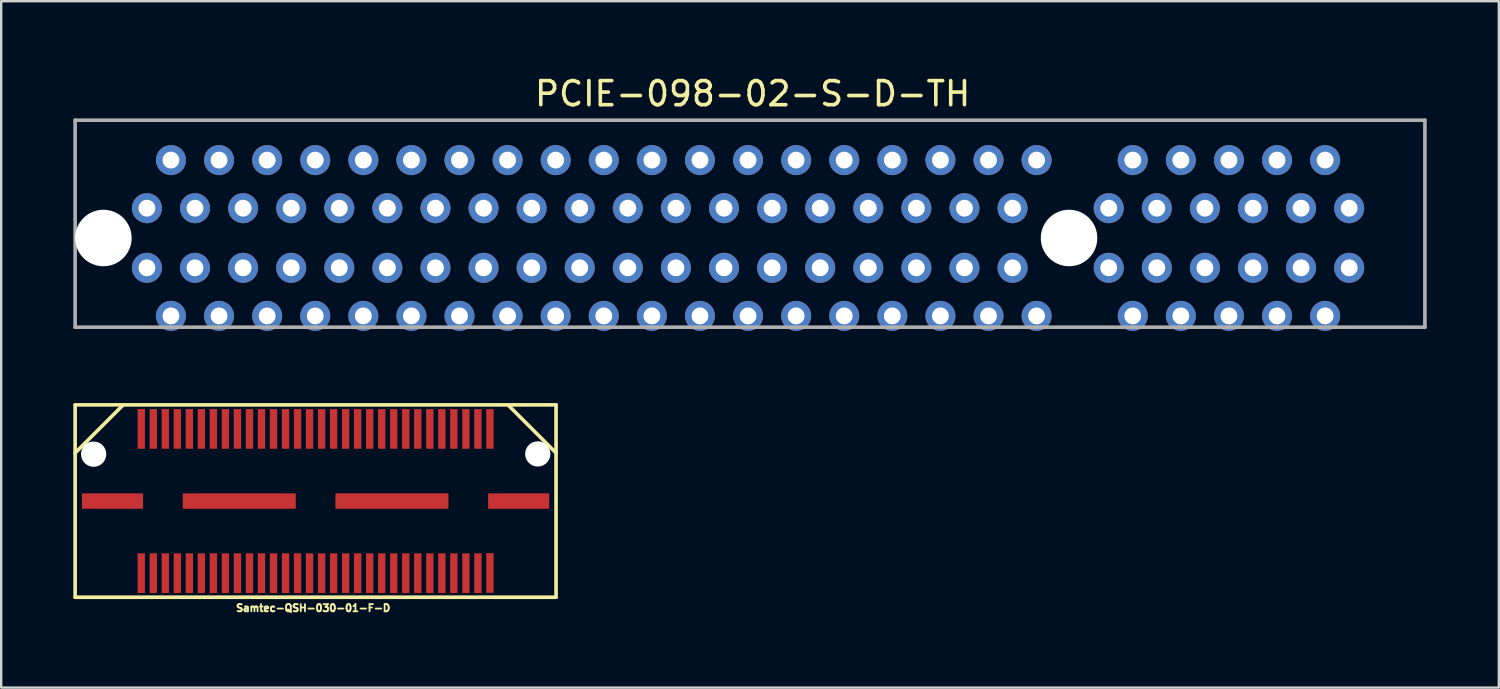
<source format=kicad_pcb>
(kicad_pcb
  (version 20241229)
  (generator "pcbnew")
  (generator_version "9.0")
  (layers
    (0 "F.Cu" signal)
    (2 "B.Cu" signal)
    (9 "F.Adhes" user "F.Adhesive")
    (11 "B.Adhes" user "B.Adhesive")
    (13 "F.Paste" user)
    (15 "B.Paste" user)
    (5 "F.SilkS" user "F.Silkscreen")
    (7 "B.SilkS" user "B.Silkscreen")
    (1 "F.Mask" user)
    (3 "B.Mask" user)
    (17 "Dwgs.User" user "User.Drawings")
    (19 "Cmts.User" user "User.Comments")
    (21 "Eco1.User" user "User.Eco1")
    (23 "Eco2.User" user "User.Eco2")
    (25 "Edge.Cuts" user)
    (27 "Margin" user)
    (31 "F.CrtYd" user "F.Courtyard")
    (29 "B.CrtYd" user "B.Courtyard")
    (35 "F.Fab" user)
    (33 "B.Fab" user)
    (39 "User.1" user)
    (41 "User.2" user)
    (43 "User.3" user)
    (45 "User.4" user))
  (footprint "PCIE-098-02-S-D-TH"
    (layer "F.Cu")
    (at 1.25 6.848)
    (property "Reference" "PCIE-098-02-S-D-TH" (at 27 -6 0) (layer "F.SilkS") (effects (font (size 1 1) (thickness 0.15))))
    (attr through_hole)
    (fp_line (start -1.175 -4.9) (end -1.175 3.71) (stroke (width 0.15) (type solid)) (layer "F.Fab"))
    (fp_line (start -1.175 -4.9) (end 54.959 -4.9) (stroke (width 0.15) (type solid)) (layer "F.Fab"))
    (fp_line (start -1.175 3.71) (end 54.959 3.71) (stroke (width 0.15) (type solid)) (layer "F.Fab"))
    (fp_line (start 54.959 3.71) (end 54.959 -4.9) (stroke (width 0.15) (type solid)) (layer "F.Fab"))
    (pad "" np_thru_hole circle (at 0 0 90) (size 2.35 2.35) (drill 2.35) (layers "*.Cu" "*.Mask"))
    (pad "" np_thru_hole circle (at 40.16 0) (size 2.35 2.35) (drill 2.35) (layers "*.Cu" "*.Mask"))
    (pad "A1" thru_hole circle (at 51.81 1.24) (size 1.25 1.25) (drill 0.7) (layers "*.Cu" "*.Mask"))
    (pad "A2" thru_hole circle (at 50.81 3.24) (size 1.25 1.25) (drill 0.7) (layers "*.Cu" "*.Mask"))
    (pad "A3" thru_hole circle (at 49.81 1.24) (size 1.25 1.25) (drill 0.7) (layers "*.Cu" "*.Mask"))
    (pad "A4" thru_hole circle (at 48.81 3.24) (size 1.25 1.25) (drill 0.7) (layers "*.Cu" "*.Mask"))
    (pad "A5" thru_hole circle (at 47.81 1.24) (size 1.25 1.25) (drill 0.7) (layers "*.Cu" "*.Mask"))
    (pad "A6" thru_hole circle (at 46.81 3.24) (size 1.25 1.25) (drill 0.7) (layers "*.Cu" "*.Mask"))
    (pad "A7" thru_hole circle (at 45.81 1.24) (size 1.25 1.25) (drill 0.7) (layers "*.Cu" "*.Mask"))
    (pad "A8" thru_hole circle (at 44.81 3.24) (size 1.25 1.25) (drill 0.7) (layers "*.Cu" "*.Mask"))
    (pad "A9" thru_hole circle (at 43.81 1.24) (size 1.25 1.25) (drill 0.7) (layers "*.Cu" "*.Mask"))
    (pad "A10" thru_hole circle (at 42.81 3.24) (size 1.25 1.25) (drill 0.7) (layers "*.Cu" "*.Mask"))
    (pad "A11" thru_hole circle (at 41.81 1.24) (size 1.25 1.25) (drill 0.7) (layers "*.Cu" "*.Mask"))
    (pad "A12" thru_hole circle (at 38.81 3.24) (size 1.25 1.25) (drill 0.7) (layers "*.Cu" "*.Mask"))
    (pad "A13" thru_hole circle (at 37.81 1.24) (size 1.25 1.25) (drill 0.7) (layers "*.Cu" "*.Mask"))
    (pad "A14" thru_hole circle (at 36.81 3.24) (size 1.25 1.25) (drill 0.7) (layers "*.Cu" "*.Mask"))
    (pad "A15" thru_hole circle (at 35.81 1.24) (size 1.25 1.25) (drill 0.7) (layers "*.Cu" "*.Mask"))
    (pad "A16" thru_hole circle (at 34.81 3.24) (size 1.25 1.25) (drill 0.7) (layers "*.Cu" "*.Mask"))
    (pad "A17" thru_hole circle (at 33.81 1.24) (size 1.25 1.25) (drill 0.7) (layers "*.Cu" "*.Mask"))
    (pad "A18" thru_hole circle (at 32.81 3.24) (size 1.25 1.25) (drill 0.7) (layers "*.Cu" "*.Mask"))
    (pad "A19" thru_hole circle (at 31.81 1.24) (size 1.25 1.25) (drill 0.7) (layers "*.Cu" "*.Mask"))
    (pad "A20" thru_hole circle (at 30.81 3.24) (size 1.25 1.25) (drill 0.7) (layers "*.Cu" "*.Mask"))
    (pad "A21" thru_hole circle (at 29.81 1.24) (size 1.25 1.25) (drill 0.7) (layers "*.Cu" "*.Mask"))
    (pad "A22" thru_hole circle (at 28.81 3.24) (size 1.25 1.25) (drill 0.7) (layers "*.Cu" "*.Mask"))
    (pad "A23" thru_hole circle (at 27.81 1.24) (size 1.25 1.25) (drill 0.7) (layers "*.Cu" "*.Mask"))
    (pad "A24" thru_hole circle (at 26.81 3.24) (size 1.25 1.25) (drill 0.7) (layers "*.Cu" "*.Mask"))
    (pad "A25" thru_hole circle (at 25.81 1.24) (size 1.25 1.25) (drill 0.7) (layers "*.Cu" "*.Mask"))
    (pad "A26" thru_hole circle (at 24.81 3.24) (size 1.25 1.25) (drill 0.7) (layers "*.Cu" "*.Mask"))
    (pad "A27" thru_hole circle (at 23.81 1.24) (size 1.25 1.25) (drill 0.7) (layers "*.Cu" "*.Mask"))
    (pad "A28" thru_hole circle (at 22.81 3.24) (size 1.25 1.25) (drill 0.7) (layers "*.Cu" "*.Mask"))
    (pad "A29" thru_hole circle (at 21.81 1.24) (size 1.25 1.25) (drill 0.7) (layers "*.Cu" "*.Mask"))
    (pad "A30" thru_hole circle (at 20.81 3.24) (size 1.25 1.25) (drill 0.7) (layers "*.Cu" "*.Mask"))
    (pad "A31" thru_hole circle (at 19.81 1.24) (size 1.25 1.25) (drill 0.7) (layers "*.Cu" "*.Mask"))
    (pad "A32" thru_hole circle (at 18.81 3.24) (size 1.25 1.25) (drill 0.7) (layers "*.Cu" "*.Mask"))
    (pad "A33" thru_hole circle (at 17.81 1.24) (size 1.25 1.25) (drill 0.7) (layers "*.Cu" "*.Mask"))
    (pad "A34" thru_hole circle (at 16.81 3.24) (size 1.25 1.25) (drill 0.7) (layers "*.Cu" "*.Mask"))
    (pad "A35" thru_hole circle (at 15.81 1.24) (size 1.25 1.25) (drill 0.7) (layers "*.Cu" "*.Mask"))
    (pad "A36" thru_hole circle (at 14.81 3.24) (size 1.25 1.25) (drill 0.7) (layers "*.Cu" "*.Mask"))
    (pad "A37" thru_hole circle (at 13.81 1.24) (size 1.25 1.25) (drill 0.7) (layers "*.Cu" "*.Mask"))
    (pad "A38" thru_hole circle (at 12.81 3.24) (size 1.25 1.25) (drill 0.7) (layers "*.Cu" "*.Mask"))
    (pad "A39" thru_hole circle (at 11.81 1.24) (size 1.25 1.25) (drill 0.7) (layers "*.Cu" "*.Mask"))
    (pad "A40" thru_hole circle (at 10.81 3.24) (size 1.25 1.25) (drill 0.7) (layers "*.Cu" "*.Mask"))
    (pad "A41" thru_hole circle (at 9.81 1.24) (size 1.25 1.25) (drill 0.7) (layers "*.Cu" "*.Mask"))
    (pad "A42" thru_hole circle (at 8.81 3.24) (size 1.25 1.25) (drill 0.7) (layers "*.Cu" "*.Mask"))
    (pad "A43" thru_hole circle (at 7.81 1.24) (size 1.25 1.25) (drill 0.7) (layers "*.Cu" "*.Mask"))
    (pad "A44" thru_hole circle (at 6.81 3.24) (size 1.25 1.25) (drill 0.7) (layers "*.Cu" "*.Mask"))
    (pad "A45" thru_hole circle (at 5.81 1.24) (size 1.25 1.25) (drill 0.7) (layers "*.Cu" "*.Mask"))
    (pad "A46" thru_hole circle (at 4.81 3.24) (size 1.25 1.25) (drill 0.7) (layers "*.Cu" "*.Mask"))
    (pad "A47" thru_hole circle (at 3.81 1.24) (size 1.25 1.25) (drill 0.7) (layers "*.Cu" "*.Mask"))
    (pad "A48" thru_hole circle (at 2.81 3.24) (size 1.25 1.25) (drill 0.7) (layers "*.Cu" "*.Mask"))
    (pad "A49" thru_hole circle (at 1.81 1.24) (size 1.25 1.25) (drill 0.7) (layers "*.Cu" "*.Mask"))
    (pad "B1" thru_hole circle (at 51.81 -1.24) (size 1.25 1.25) (drill 0.7) (layers "*.Cu" "*.Mask"))
    (pad "B2" thru_hole circle (at 50.81 -3.24) (size 1.25 1.25) (drill 0.7) (layers "*.Cu" "*.Mask"))
    (pad "B3" thru_hole circle (at 49.81 -1.24) (size 1.25 1.25) (drill 0.7) (layers "*.Cu" "*.Mask"))
    (pad "B4" thru_hole circle (at 48.81 -3.24) (size 1.25 1.25) (drill 0.7) (layers "*.Cu" "*.Mask"))
    (pad "B5" thru_hole circle (at 47.81 -1.24) (size 1.25 1.25) (drill 0.7) (layers "*.Cu" "*.Mask"))
    (pad "B6" thru_hole circle (at 46.81 -3.24) (size 1.25 1.25) (drill 0.7) (layers "*.Cu" "*.Mask"))
    (pad "B7" thru_hole circle (at 45.81 -1.24) (size 1.25 1.25) (drill 0.7) (layers "*.Cu" "*.Mask"))
    (pad "B8" thru_hole circle (at 44.81 -3.24) (size 1.25 1.25) (drill 0.7) (layers "*.Cu" "*.Mask"))
    (pad "B9" thru_hole circle (at 43.81 -1.24) (size 1.25 1.25) (drill 0.7) (layers "*.Cu" "*.Mask"))
    (pad "B10" thru_hole circle (at 42.81 -3.24) (size 1.25 1.25) (drill 0.7) (layers "*.Cu" "*.Mask"))
    (pad "B11" thru_hole circle (at 41.81 -1.24) (size 1.25 1.25) (drill 0.7) (layers "*.Cu" "*.Mask"))
    (pad "B12" thru_hole circle (at 38.81 -3.24) (size 1.25 1.25) (drill 0.7) (layers "*.Cu" "*.Mask"))
    (pad "B13" thru_hole circle (at 37.81 -1.24) (size 1.25 1.25) (drill 0.7) (layers "*.Cu" "*.Mask"))
    (pad "B14" thru_hole circle (at 36.81 -3.24) (size 1.25 1.25) (drill 0.7) (layers "*.Cu" "*.Mask"))
    (pad "B15" thru_hole circle (at 35.81 -1.24) (size 1.25 1.25) (drill 0.7) (layers "*.Cu" "*.Mask"))
    (pad "B16" thru_hole circle (at 34.81 -3.24) (size 1.25 1.25) (drill 0.7) (layers "*.Cu" "*.Mask"))
    (pad "B17" thru_hole circle (at 33.81 -1.24) (size 1.25 1.25) (drill 0.7) (layers "*.Cu" "*.Mask"))
    (pad "B18" thru_hole circle (at 32.81 -3.24) (size 1.25 1.25) (drill 0.7) (layers "*.Cu" "*.Mask"))
    (pad "B19" thru_hole circle (at 31.81 -1.24) (size 1.25 1.25) (drill 0.7) (layers "*.Cu" "*.Mask"))
    (pad "B20" thru_hole circle (at 30.81 -3.24) (size 1.25 1.25) (drill 0.7) (layers "*.Cu" "*.Mask"))
    (pad "B21" thru_hole circle (at 29.81 -1.24) (size 1.25 1.25) (drill 0.7) (layers "*.Cu" "*.Mask"))
    (pad "B22" thru_hole circle (at 28.81 -3.24) (size 1.25 1.25) (drill 0.7) (layers "*.Cu" "*.Mask"))
    (pad "B23" thru_hole circle (at 27.81 -1.24) (size 1.25 1.25) (drill 0.7) (layers "*.Cu" "*.Mask"))
    (pad "B24" thru_hole circle (at 26.81 -3.24) (size 1.25 1.25) (drill 0.7) (layers "*.Cu" "*.Mask"))
    (pad "B25" thru_hole circle (at 25.81 -1.24) (size 1.25 1.25) (drill 0.7) (layers "*.Cu" "*.Mask"))
    (pad "B26" thru_hole circle (at 24.81 -3.24) (size 1.25 1.25) (drill 0.7) (layers "*.Cu" "*.Mask"))
    (pad "B27" thru_hole circle (at 23.81 -1.24) (size 1.25 1.25) (drill 0.7) (layers "*.Cu" "*.Mask"))
    (pad "B28" thru_hole circle (at 22.81 -3.24) (size 1.25 1.25) (drill 0.7) (layers "*.Cu" "*.Mask"))
    (pad "B29" thru_hole circle (at 21.81 -1.24) (size 1.25 1.25) (drill 0.7) (layers "*.Cu" "*.Mask"))
    (pad "B30" thru_hole circle (at 20.81 -3.24) (size 1.25 1.25) (drill 0.7) (layers "*.Cu" "*.Mask"))
    (pad "B31" thru_hole circle (at 19.81 -1.24) (size 1.25 1.25) (drill 0.7) (layers "*.Cu" "*.Mask"))
    (pad "B32" thru_hole circle (at 18.81 -3.24) (size 1.25 1.25) (drill 0.7) (layers "*.Cu" "*.Mask"))
    (pad "B33" thru_hole circle (at 17.81 -1.24) (size 1.25 1.25) (drill 0.7) (layers "*.Cu" "*.Mask"))
    (pad "B34" thru_hole circle (at 16.81 -3.24) (size 1.25 1.25) (drill 0.7) (layers "*.Cu" "*.Mask"))
    (pad "B35" thru_hole circle (at 15.81 -1.24) (size 1.25 1.25) (drill 0.7) (layers "*.Cu" "*.Mask"))
    (pad "B36" thru_hole circle (at 14.81 -3.24) (size 1.25 1.25) (drill 0.7) (layers "*.Cu" "*.Mask"))
    (pad "B37" thru_hole circle (at 13.81 -1.24) (size 1.25 1.25) (drill 0.7) (layers "*.Cu" "*.Mask"))
    (pad "B38" thru_hole circle (at 12.81 -3.24) (size 1.25 1.25) (drill 0.7) (layers "*.Cu" "*.Mask"))
    (pad "B39" thru_hole circle (at 11.81 -1.24) (size 1.25 1.25) (drill 0.7) (layers "*.Cu" "*.Mask"))
    (pad "B40" thru_hole circle (at 10.81 -3.24) (size 1.25 1.25) (drill 0.7) (layers "*.Cu" "*.Mask"))
    (pad "B41" thru_hole circle (at 9.81 -1.24) (size 1.25 1.25) (drill 0.7) (layers "*.Cu" "*.Mask"))
    (pad "B42" thru_hole circle (at 8.81 -3.24) (size 1.25 1.25) (drill 0.7) (layers "*.Cu" "*.Mask"))
    (pad "B43" thru_hole circle (at 7.81 -1.24) (size 1.25 1.25) (drill 0.7) (layers "*.Cu" "*.Mask"))
    (pad "B44" thru_hole circle (at 6.81 -3.24) (size 1.25 1.25) (drill 0.7) (layers "*.Cu" "*.Mask"))
    (pad "B45" thru_hole circle (at 5.81 -1.24) (size 1.25 1.25) (drill 0.7) (layers "*.Cu" "*.Mask"))
    (pad "B46" thru_hole circle (at 4.81 -3.24) (size 1.25 1.25) (drill 0.7) (layers "*.Cu" "*.Mask"))
    (pad "B47" thru_hole circle (at 3.81 -1.24) (size 1.25 1.25) (drill 0.7) (layers "*.Cu" "*.Mask"))
    (pad "B48" thru_hole circle (at 2.81 -3.24) (size 1.25 1.25) (drill 0.7) (layers "*.Cu" "*.Mask"))
    (pad "B49" thru_hole circle (at 1.81 -1.24) (size 1.25 1.25) (drill 0.7) (layers "*.Cu" "*.Mask")))
  (footprint "Samtec-QSH-030-01-F-D"
    (layer "F.Cu")
    (at 10.075 17.788)
    (property "Reference" "Samtec-QSH-030-01-F-D" (at -0.1 4.45 0) (layer "F.SilkS") (effects (font (size 0.3 0.3) (thickness 0.075))))
    (attr through_hole)
    (fp_line (start -10 -4) (end -10 4) (stroke (width 0.15) (type solid)) (layer "F.SilkS"))
    (fp_line (start -10 4) (end 10 4) (stroke (width 0.15) (type solid)) (layer "F.SilkS"))
    (fp_line (start -8 -4) (end -10 -2) (stroke (width 0.15) (type solid)) (layer "F.SilkS"))
    (fp_line (start 8 -4) (end 10 -2) (stroke (width 0.15) (type solid)) (layer "F.SilkS"))
    (fp_line (start 10 -4) (end -10 -4) (stroke (width 0.15) (type solid)) (layer "F.SilkS"))
    (fp_line (start 10 4) (end 10 -4) (stroke (width 0.15) (type solid)) (layer "F.SilkS"))
    (pad "" np_thru_hole circle (at -9.23 -1.95) (size 1.05 1.05) (drill 1.05) (layers "*.Cu" "*.Mask"))
    (pad "" np_thru_hole circle (at 9.24 -1.96) (size 1.05 1.05) (drill 1.05) (layers "*.Cu" "*.Mask"))
    (pad "1" smd rect (at -7.25 3) (size 0.305 1.65) (layers "F.Cu" "F.Mask" "F.Paste"))
    (pad "2" smd rect (at -7.25 -3) (size 0.305 1.65) (layers "F.Cu" "F.Mask" "F.Paste"))
    (pad "3" smd rect (at -6.75 3) (size 0.305 1.65) (layers "F.Cu" "F.Mask" "F.Paste"))
    (pad "4" smd rect (at -6.75 -3) (size 0.305 1.65) (layers "F.Cu" "F.Mask" "F.Paste"))
    (pad "5" smd rect (at -6.25 3) (size 0.305 1.65) (layers "F.Cu" "F.Mask" "F.Paste"))
    (pad "6" smd rect (at -6.25 -3) (size 0.305 1.65) (layers "F.Cu" "F.Mask" "F.Paste"))
    (pad "7" smd rect (at -5.75 3) (size 0.305 1.65) (layers "F.Cu" "F.Mask" "F.Paste"))
    (pad "8" smd rect (at -5.75 -3) (size 0.305 1.65) (layers "F.Cu" "F.Mask" "F.Paste"))
    (pad "9" smd rect (at -5.25 3) (size 0.305 1.65) (layers "F.Cu" "F.Mask" "F.Paste"))
    (pad "10" smd rect (at -5.25 -3) (size 0.305 1.65) (layers "F.Cu" "F.Mask" "F.Paste"))
    (pad "11" smd rect (at -4.75 3) (size 0.305 1.65) (layers "F.Cu" "F.Mask" "F.Paste"))
    (pad "12" smd rect (at -4.75 -3) (size 0.305 1.65) (layers "F.Cu" "F.Mask" "F.Paste"))
    (pad "13" smd rect (at -4.25 3) (size 0.305 1.65) (layers "F.Cu" "F.Mask" "F.Paste"))
    (pad "14" smd rect (at -4.25 -3) (size 0.305 1.65) (layers "F.Cu" "F.Mask" "F.Paste"))
    (pad "15" smd rect (at -3.75 3) (size 0.305 1.65) (layers "F.Cu" "F.Mask" "F.Paste"))
    (pad "16" smd rect (at -3.75 -3) (size 0.305 1.65) (layers "F.Cu" "F.Mask" "F.Paste"))
    (pad "17" smd rect (at -3.25 3) (size 0.305 1.65) (layers "F.Cu" "F.Mask" "F.Paste"))
    (pad "18" smd rect (at -3.25 -3) (size 0.305 1.65) (layers "F.Cu" "F.Mask" "F.Paste"))
    (pad "19" smd rect (at -2.75 3) (size 0.305 1.65) (layers "F.Cu" "F.Mask" "F.Paste"))
    (pad "20" smd rect (at -2.75 -3) (size 0.305 1.65) (layers "F.Cu" "F.Mask" "F.Paste"))
    (pad "21" smd rect (at -2.25 3) (size 0.305 1.65) (layers "F.Cu" "F.Mask" "F.Paste"))
    (pad "22" smd rect (at -2.25 -3) (size 0.305 1.65) (layers "F.Cu" "F.Mask" "F.Paste"))
    (pad "23" smd rect (at -1.75 3) (size 0.305 1.65) (layers "F.Cu" "F.Mask" "F.Paste"))
    (pad "24" smd rect (at -1.75 -3) (size 0.305 1.65) (layers "F.Cu" "F.Mask" "F.Paste"))
    (pad "25" smd rect (at -1.25 3) (size 0.305 1.65) (layers "F.Cu" "F.Mask" "F.Paste"))
    (pad "26" smd rect (at -1.25 -3) (size 0.305 1.65) (layers "F.Cu" "F.Mask" "F.Paste"))
    (pad "27" smd rect (at -0.75 3) (size 0.305 1.65) (layers "F.Cu" "F.Mask" "F.Paste"))
    (pad "28" smd rect (at -0.75 -3) (size 0.305 1.65) (layers "F.Cu" "F.Mask" "F.Paste"))
    (pad "29" smd rect (at -0.25 3) (size 0.305 1.65) (layers "F.Cu" "F.Mask" "F.Paste"))
    (pad "30" smd rect (at -0.25 -3) (size 0.305 1.65) (layers "F.Cu" "F.Mask" "F.Paste"))
    (pad "31" smd rect (at 0.25 3) (size 0.305 1.65) (layers "F.Cu" "F.Mask" "F.Paste"))
    (pad "32" smd rect (at 0.25 -3) (size 0.305 1.65) (layers "F.Cu" "F.Mask" "F.Paste"))
    (pad "33" smd rect (at 0.75 3) (size 0.305 1.65) (layers "F.Cu" "F.Mask" "F.Paste"))
    (pad "34" smd rect (at 0.75 -3) (size 0.305 1.65) (layers "F.Cu" "F.Mask" "F.Paste"))
    (pad "35" smd rect (at 1.25 3) (size 0.305 1.65) (layers "F.Cu" "F.Mask" "F.Paste"))
    (pad "36" smd rect (at 1.25 -3) (size 0.305 1.65) (layers "F.Cu" "F.Mask" "F.Paste"))
    (pad "37" smd rect (at 1.75 3) (size 0.305 1.65) (layers "F.Cu" "F.Mask" "F.Paste"))
    (pad "38" smd rect (at 1.75 -3) (size 0.305 1.65) (layers "F.Cu" "F.Mask" "F.Paste"))
    (pad "39" smd rect (at 2.25 3) (size 0.305 1.65) (layers "F.Cu" "F.Mask" "F.Paste"))
    (pad "40" smd rect (at 2.25 -3) (size 0.305 1.65) (layers "F.Cu" "F.Mask" "F.Paste"))
    (pad "41" smd rect (at 2.75 3) (size 0.305 1.65) (layers "F.Cu" "F.Mask" "F.Paste"))
    (pad "42" smd rect (at 2.75 -3) (size 0.305 1.65) (layers "F.Cu" "F.Mask" "F.Paste"))
    (pad "43" smd rect (at 3.25 3) (size 0.305 1.65) (layers "F.Cu" "F.Mask" "F.Paste"))
    (pad "44" smd rect (at 3.25 -3) (size 0.305 1.65) (layers "F.Cu" "F.Mask" "F.Paste"))
    (pad "45" smd rect (at 3.75 3) (size 0.305 1.65) (layers "F.Cu" "F.Mask" "F.Paste"))
    (pad "46" smd rect (at 3.75 -3) (size 0.305 1.65) (layers "F.Cu" "F.Mask" "F.Paste"))
    (pad "47" smd rect (at 4.25 3) (size 0.305 1.65) (layers "F.Cu" "F.Mask" "F.Paste"))
    (pad "48" smd rect (at 4.25 -3) (size 0.305 1.65) (layers "F.Cu" "F.Mask" "F.Paste"))
    (pad "49" smd rect (at 4.75 3) (size 0.305 1.65) (layers "F.Cu" "F.Mask" "F.Paste"))
    (pad "50" smd rect (at 4.75 -3) (size 0.305 1.65) (layers "F.Cu" "F.Mask" "F.Paste"))
    (pad "51" smd rect (at 5.25 3) (size 0.305 1.65) (layers "F.Cu" "F.Mask" "F.Paste"))
    (pad "52" smd rect (at 5.25 -3) (size 0.305 1.65) (layers "F.Cu" "F.Mask" "F.Paste"))
    (pad "53" smd rect (at 5.75 3) (size 0.305 1.65) (layers "F.Cu" "F.Mask" "F.Paste"))
    (pad "54" smd rect (at 5.75 -3) (size 0.305 1.65) (layers "F.Cu" "F.Mask" "F.Paste"))
    (pad "55" smd rect (at 6.25 3) (size 0.305 1.65) (layers "F.Cu" "F.Mask" "F.Paste"))
    (pad "56" smd rect (at 6.25 -3) (size 0.305 1.65) (layers "F.Cu" "F.Mask" "F.Paste"))
    (pad "57" smd rect (at 6.75 3) (size 0.305 1.65) (layers "F.Cu" "F.Mask" "F.Paste"))
    (pad "58" smd rect (at 6.75 -3) (size 0.305 1.65) (layers "F.Cu" "F.Mask" "F.Paste"))
    (pad "59" smd rect (at 7.25 2.99) (size 0.305 1.65) (layers "F.Cu" "F.Mask" "F.Paste"))
    (pad "60" smd rect (at 7.25 -3) (size 0.305 1.65) (layers "F.Cu" "F.Mask" "F.Paste"))
    (pad "61" smd rect (at -8.445 0) (size 2.54 0.64) (layers "F.Cu" "F.Mask" "F.Paste"))
    (pad "61" smd rect (at 8.445 0) (size 2.54 0.64) (layers "F.Cu" "F.Mask" "F.Paste"))
    (pad "62" smd rect (at -3.175 0) (size 4.7 0.64) (layers "F.Cu" "F.Mask" "F.Paste"))
    (pad "62" smd rect (at 3.175 0) (size 4.7 0.64) (layers "F.Cu" "F.Mask" "F.Paste")))
  (gr_rect
    (start -3 -3)
    (end 59.284 25.545)
    (stroke (width 0.1) (type default))
    (fill no)
    (layer "Edge.Cuts")))
</source>
